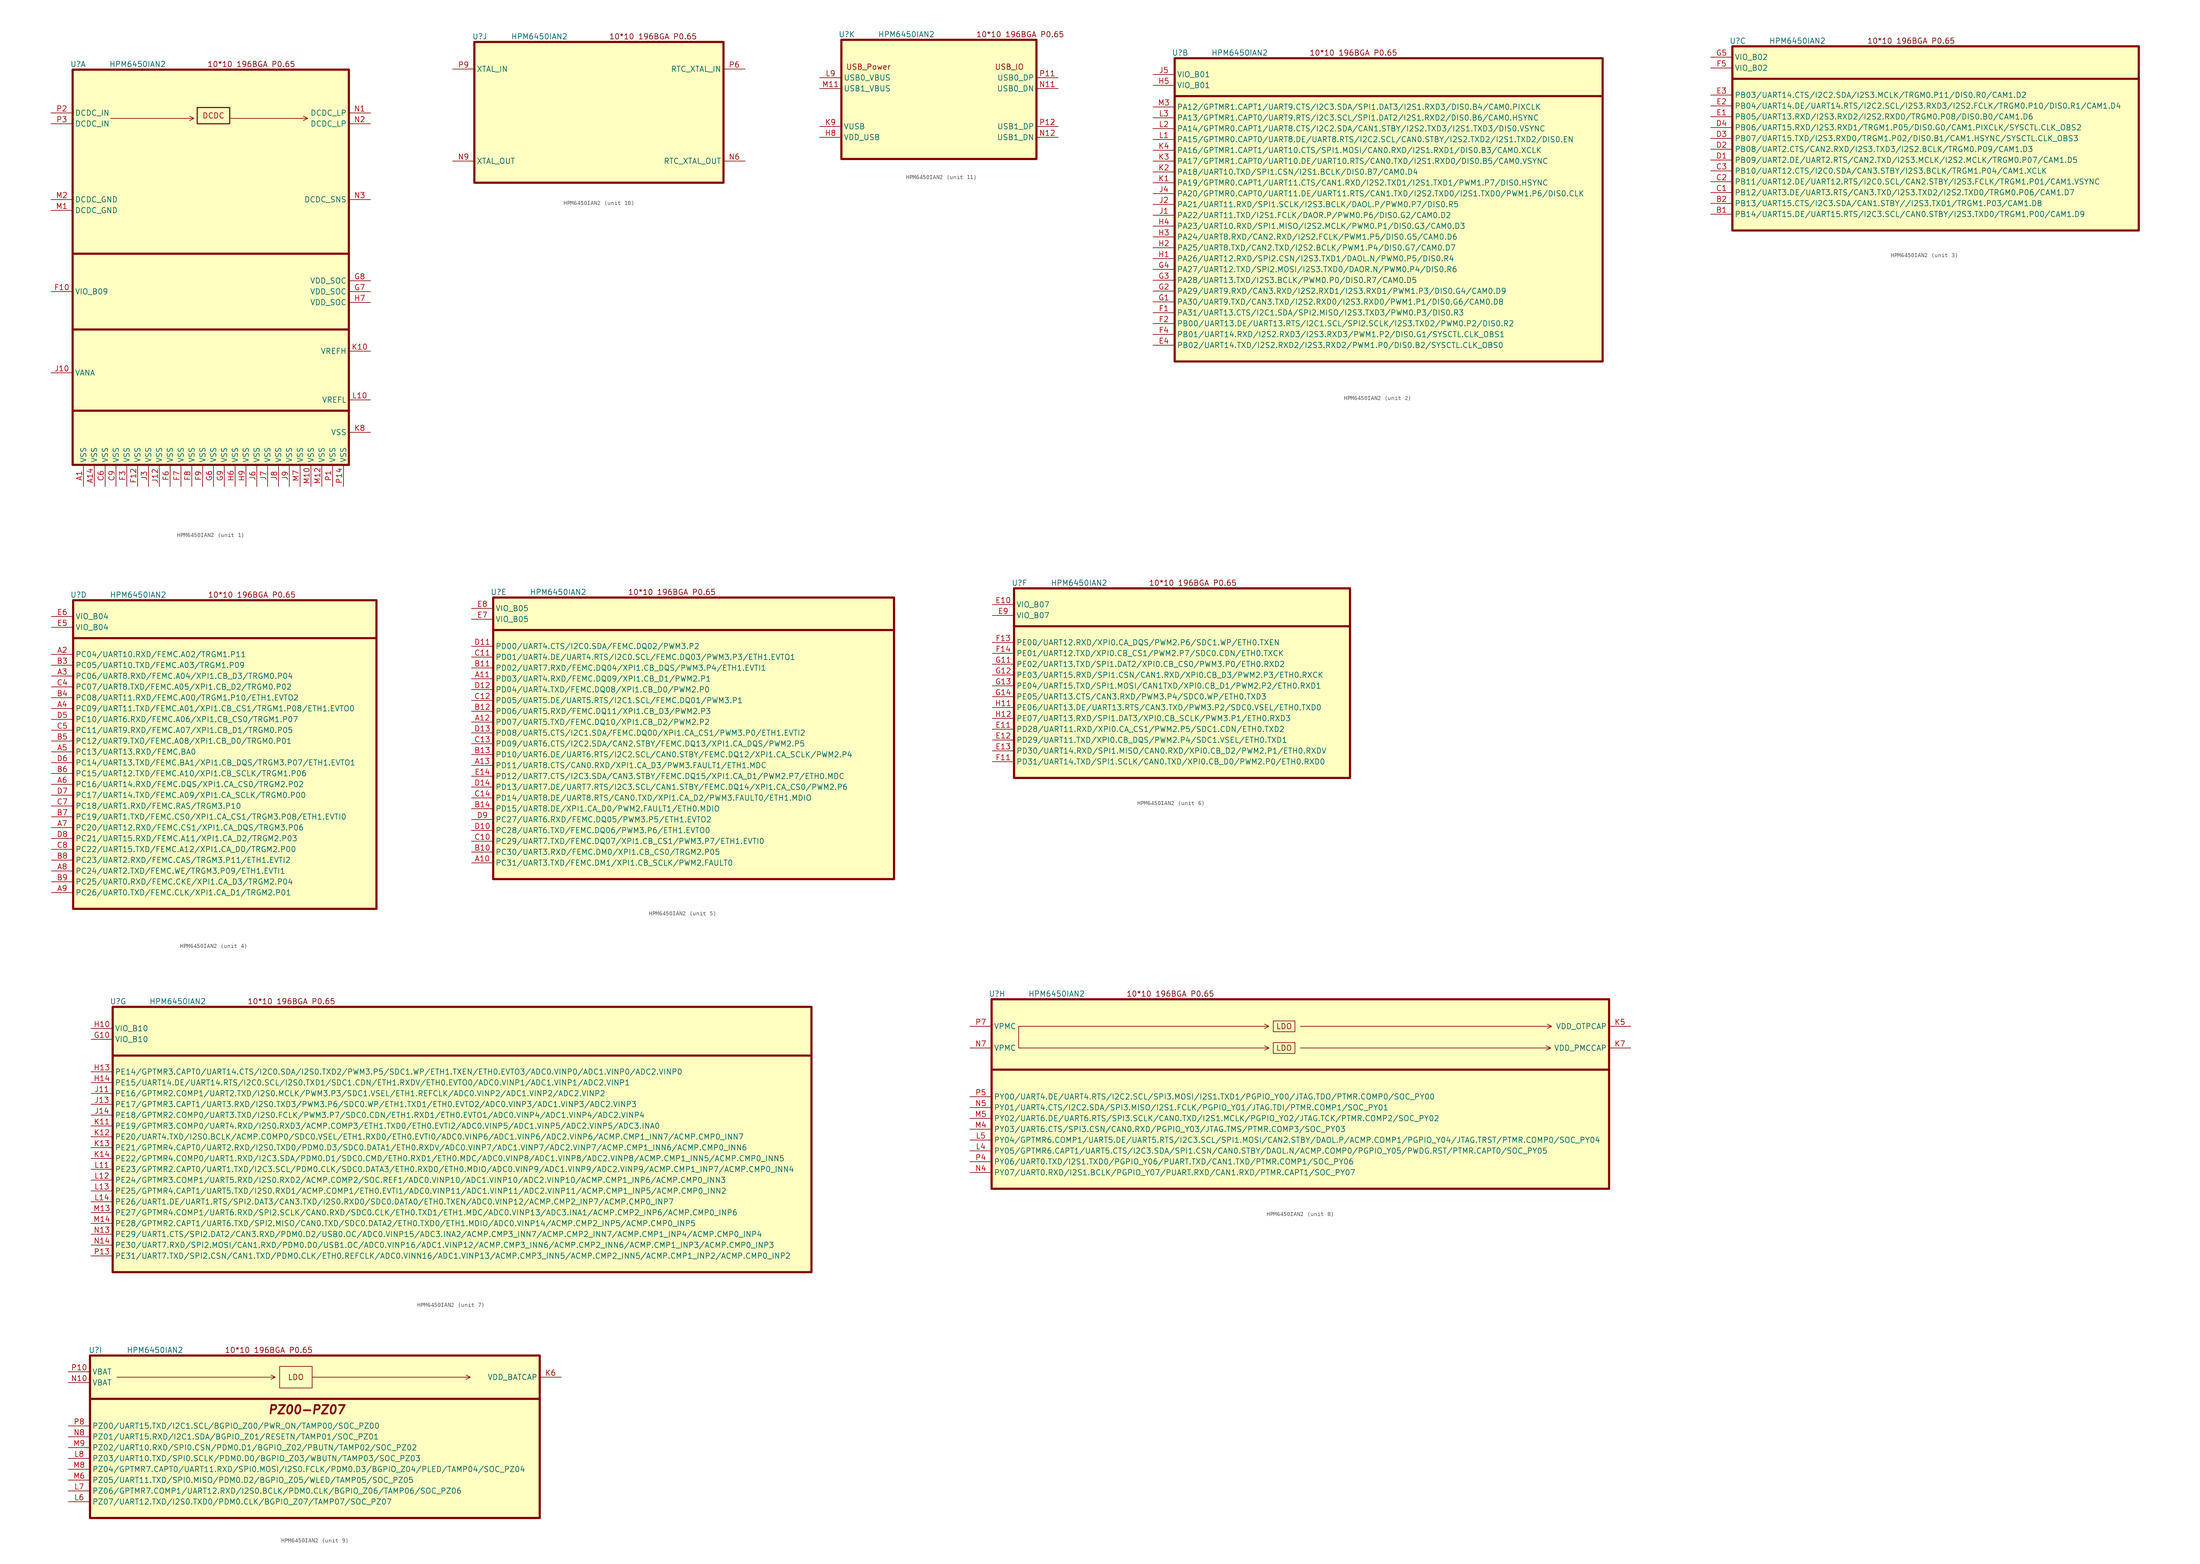
<source format=kicad_sym>
(kicad_symbol_lib
  (version 20220914)
  (generator kicad_symbol_editor)
  (symbol "HPM6450IAN2"
    (property "Reference" "U"
      (at 1.27 1.27 0)
      (effects (font (size 1.27 1.27))))
    (property "Value" "HPM6450IAN2"
      (at 15.24 1.27 0)
      (effects (font (size 1.27 1.27))))
    (property "ki_locked" ""
      (at 0 0 0)
      (effects (font (size 1.27 1.27))))
    (symbol "HPM6450IAN2_0_0"
      (text "10*10 196BGA P0.65" (at 41.91 1.27 0) (effects (font (size 1.27 1.27)))))
    (symbol "HPM6450IAN2_1_0"
      (polyline (pts (xy 8.89 -11.43) (xy 28.448 -11.43) (xy 27.432 -10.922) (xy 28.448 -11.43) (xy 27.432 -11.938)) (stroke (width 0) (type default)) (fill (type none)))
      (polyline (pts (xy 36.83 -11.43) (xy 55.118 -11.43) (xy 54.102 -10.922) (xy 55.118 -11.43) (xy 54.102 -11.938)) (stroke (width 0) (type default)) (fill (type none)))
      (text "DCDC" (at 33.02 -10.795 0) (effects (font (size 1.27 1.27)))))
    (symbol "HPM6450IAN2_1_1"
      (polyline (pts (xy 0 -80.01) (xy 64.77 -80.01)) (stroke (width 0.508) (type default)) (fill (type none)))
      (polyline (pts (xy 0 -60.96) (xy 64.77 -60.96)) (stroke (width 0.508) (type default)) (fill (type none)))
      (polyline (pts (xy 0 -43.18) (xy 64.77 -43.18)) (stroke (width 0.508) (type default)) (fill (type none)))
      (rectangle (start 0 0) (end 64.77 -92.71) (stroke (width 0.508) (type default)) (fill (type background)))
      (rectangle (start 29.21 -8.89) (end 36.83 -12.7) (stroke (width 0.254) (type default)) (fill (type background)))
      (pin power_out line (at 2.54 -97.79 90) (length 5.08) (name "VSS" (effects (font (size 1.27 1.27)))) (number "A1" (effects (font (size 1.27 1.27)))))
      (pin power_out line (at 5.08 -97.79 90) (length 5.08) (name "VSS" (effects (font (size 1.27 1.27)))) (number "A14" (effects (font (size 1.27 1.27)))))
      (pin power_out line (at 7.62 -97.79 90) (length 5.08) (name "VSS" (effects (font (size 1.27 1.27)))) (number "C6" (effects (font (size 1.27 1.27)))))
      (pin power_out line (at 10.16 -97.79 90) (length 5.08) (name "VSS" (effects (font (size 1.27 1.27)))) (number "C9" (effects (font (size 1.27 1.27)))))
      (pin power_in line (at -5.08 -52.07 0) (length 5.08) (name "VIO_B09" (effects (font (size 1.27 1.27)))) (number "F10" (effects (font (size 1.27 1.27)))))
      (pin power_out line (at 15.24 -97.79 90) (length 5.08) (name "VSS" (effects (font (size 1.27 1.27)))) (number "F12" (effects (font (size 1.27 1.27)))))
      (pin power_out line (at 12.7 -97.79 90) (length 5.08) (name "VSS" (effects (font (size 1.27 1.27)))) (number "F3" (effects (font (size 1.27 1.27)))))
      (pin power_out line (at 22.86 -97.79 90) (length 5.08) (name "VSS" (effects (font (size 1.27 1.27)))) (number "F6" (effects (font (size 1.27 1.27)))))
      (pin power_out line (at 25.4 -97.79 90) (length 5.08) (name "VSS" (effects (font (size 1.27 1.27)))) (number "F7" (effects (font (size 1.27 1.27)))))
      (pin power_out line (at 27.94 -97.79 90) (length 5.08) (name "VSS" (effects (font (size 1.27 1.27)))) (number "F8" (effects (font (size 1.27 1.27)))))
      (pin power_out line (at 30.48 -97.79 90) (length 5.08) (name "VSS" (effects (font (size 1.27 1.27)))) (number "F9" (effects (font (size 1.27 1.27)))))
      (pin power_out line (at 33.02 -97.79 90) (length 5.08) (name "VSS" (effects (font (size 1.27 1.27)))) (number "G6" (effects (font (size 1.27 1.27)))))
      (pin power_in line (at 69.85 -52.07 180) (length 5.08) (name "VDD_SOC" (effects (font (size 1.27 1.27)))) (number "G7" (effects (font (size 1.27 1.27)))))
      (pin power_in line (at 69.85 -49.53 180) (length 5.08) (name "VDD_SOC" (effects (font (size 1.27 1.27)))) (number "G8" (effects (font (size 1.27 1.27)))))
      (pin power_out line (at 35.56 -97.79 90) (length 5.08) (name "VSS" (effects (font (size 1.27 1.27)))) (number "G9" (effects (font (size 1.27 1.27)))))
      (pin power_out line (at 38.1 -97.79 90) (length 5.08) (name "VSS" (effects (font (size 1.27 1.27)))) (number "H6" (effects (font (size 1.27 1.27)))))
      (pin power_in line (at 69.85 -54.61 180) (length 5.08) (name "VDD_SOC" (effects (font (size 1.27 1.27)))) (number "H7" (effects (font (size 1.27 1.27)))))
      (pin power_out line (at 40.64 -97.79 90) (length 5.08) (name "VSS" (effects (font (size 1.27 1.27)))) (number "H9" (effects (font (size 1.27 1.27)))))
      (pin power_in line (at -5.08 -71.12 0) (length 5.08) (name "VANA" (effects (font (size 1.27 1.27)))) (number "J10" (effects (font (size 1.27 1.27)))))
      (pin power_out line (at 20.32 -97.79 90) (length 5.08) (name "VSS" (effects (font (size 1.27 1.27)))) (number "J12" (effects (font (size 1.27 1.27)))))
      (pin power_out line (at 17.78 -97.79 90) (length 5.08) (name "VSS" (effects (font (size 1.27 1.27)))) (number "J3" (effects (font (size 1.27 1.27)))))
      (pin power_out line (at 43.18 -97.79 90) (length 5.08) (name "VSS" (effects (font (size 1.27 1.27)))) (number "J6" (effects (font (size 1.27 1.27)))))
      (pin power_out line (at 45.72 -97.79 90) (length 5.08) (name "VSS" (effects (font (size 1.27 1.27)))) (number "J7" (effects (font (size 1.27 1.27)))))
      (pin power_out line (at 48.26 -97.79 90) (length 5.08) (name "VSS" (effects (font (size 1.27 1.27)))) (number "J8" (effects (font (size 1.27 1.27)))))
      (pin power_out line (at 50.8 -97.79 90) (length 5.08) (name "VSS" (effects (font (size 1.27 1.27)))) (number "J9" (effects (font (size 1.27 1.27)))))
      (pin power_in line (at 69.85 -66.04 180) (length 5.08) (name "VREFH" (effects (font (size 1.27 1.27)))) (number "K10" (effects (font (size 1.27 1.27)))))
      (pin power_out line (at 69.85 -85.09 180) (length 5.08) (name "VSS" (effects (font (size 1.27 1.27)))) (number "K8" (effects (font (size 1.27 1.27)))))
      (pin power_out line (at 69.85 -77.47 180) (length 5.08) (name "VREFL" (effects (font (size 1.27 1.27)))) (number "L10" (effects (font (size 1.27 1.27)))))
      (pin power_out line (at -5.08 -33.02 0) (length 5.08) (name "DCDC_GND" (effects (font (size 1.27 1.27)))) (number "M1" (effects (font (size 1.27 1.27)))))
      (pin power_out line (at 55.88 -97.79 90) (length 5.08) (name "VSS" (effects (font (size 1.27 1.27)))) (number "M10" (effects (font (size 1.27 1.27)))))
      (pin power_out line (at 58.42 -97.79 90) (length 5.08) (name "VSS" (effects (font (size 1.27 1.27)))) (number "M12" (effects (font (size 1.27 1.27)))))
      (pin power_out line (at -5.08 -30.48 0) (length 5.08) (name "DCDC_GND" (effects (font (size 1.27 1.27)))) (number "M2" (effects (font (size 1.27 1.27)))))
      (pin power_out line (at 53.34 -97.79 90) (length 5.08) (name "VSS" (effects (font (size 1.27 1.27)))) (number "M7" (effects (font (size 1.27 1.27)))))
      (pin power_out line (at 69.85 -10.16 180) (length 5.08) (name "DCDC_LP" (effects (font (size 1.27 1.27)))) (number "N1" (effects (font (size 1.27 1.27)))))
      (pin power_out line (at 69.85 -12.7 180) (length 5.08) (name "DCDC_LP" (effects (font (size 1.27 1.27)))) (number "N2" (effects (font (size 1.27 1.27)))))
      (pin input line (at 69.85 -30.48 180) (length 5.08) (name "DCDC_SNS" (effects (font (size 1.27 1.27)))) (number "N3" (effects (font (size 1.27 1.27)))))
      (pin power_out line (at 60.96 -97.79 90) (length 5.08) (name "VSS" (effects (font (size 1.27 1.27)))) (number "P1" (effects (font (size 1.27 1.27)))))
      (pin power_out line (at 63.5 -97.79 90) (length 5.08) (name "VSS" (effects (font (size 1.27 1.27)))) (number "P14" (effects (font (size 1.27 1.27)))))
      (pin power_in line (at -5.08 -10.16 0) (length 5.08) (name "DCDC_IN" (effects (font (size 1.27 1.27)))) (number "P2" (effects (font (size 1.27 1.27)))))
      (pin power_in line (at -5.08 -12.7 0) (length 5.08) (name "DCDC_IN" (effects (font (size 1.27 1.27)))) (number "P3" (effects (font (size 1.27 1.27))))))
    (symbol "HPM6450IAN2_2_0"
      (polyline (pts (xy 0 -8.89) (xy 100.33 -8.89)) (stroke (width 0.5) (type default)) (fill (type none)))
      (rectangle (start 0 0) (end 100.33 -71.12) (stroke (width 0.5) (type default)) (fill (type background))))
    (symbol "HPM6450IAN2_2_1"
      (pin bidirectional line (at -5.08 -67.31 0) (length 5.08) (name "PB02/UART14.TXD/I2S2.RXD2/I2S3.RXD2/PWM1.P0/DIS0.B2/SYSCTL.CLK_OBS0" (effects (font (size 1.27 1.27)))) (number "E4" (effects (font (size 1.27 1.27)))))
      (pin bidirectional line (at -5.08 -59.69 0) (length 5.08) (name "PA31/UART13.CTS/I2C1.SDA/SPI2.MISO/I2S3.TXD3/PWM0.P3/DIS0.R3" (effects (font (size 1.27 1.27)))) (number "F1" (effects (font (size 1.27 1.27)))))
      (pin bidirectional line (at -5.08 -62.23 0) (length 5.08) (name "PB00/UART13.DE/UART13.RTS/I2C1.SCL/SPI2.SCLK/I2S3.TXD2/PWM0.P2/DIS0.R2" (effects (font (size 1.27 1.27)))) (number "F2" (effects (font (size 1.27 1.27)))))
      (pin bidirectional line (at -5.08 -64.77 0) (length 5.08) (name "PB01/UART14.RXD/I2S2.RXD3/I2S3.RXD3/PWM1.P2/DIS0.G1/SYSCTL.CLK_OBS1" (effects (font (size 1.27 1.27)))) (number "F4" (effects (font (size 1.27 1.27)))))
      (pin bidirectional line (at -5.08 -57.15 0) (length 5.08) (name "PA30/UART9.TXD/CAN3.TXD/I2S2.RXD0/I2S3.RXD0/PWM1.P1/DIS0.G6/CAM0.D8" (effects (font (size 1.27 1.27)))) (number "G1" (effects (font (size 1.27 1.27)))))
      (pin bidirectional line (at -5.08 -54.61 0) (length 5.08) (name "PA29/UART9.RXD/CAN3.RXD/I2S2.RXD1/I2S3.RXD1/PWM1.P3/DIS0.G4/CAM0.D9" (effects (font (size 1.27 1.27)))) (number "G2" (effects (font (size 1.27 1.27)))))
      (pin bidirectional line (at -5.08 -52.07 0) (length 5.08) (name "PA28/UART13.TXD/I2S3.BCLK/PWM0.P0/DIS0.R7/CAM0.D5" (effects (font (size 1.27 1.27)))) (number "G3" (effects (font (size 1.27 1.27)))))
      (pin bidirectional line (at -5.08 -49.53 0) (length 5.08) (name "PA27/UART12.TXD/SPI2.MOSI/I2S3.TXD0/DAOR.N/PWM0.P4/DIS0.R6" (effects (font (size 1.27 1.27)))) (number "G4" (effects (font (size 1.27 1.27)))))
      (pin bidirectional line (at -5.08 -46.99 0) (length 5.08) (name "PA26/UART12.RXD/SPI2.CSN/I2S3.TXD1/DAOL.N/PWM0.P5/DIS0.R4" (effects (font (size 1.27 1.27)))) (number "H1" (effects (font (size 1.27 1.27)))))
      (pin bidirectional line (at -5.08 -44.45 0) (length 5.08) (name "PA25/UART8.TXD/CAN2.TXD/I2S2.BCLK/PWM1.P4/DIS0.G7/CAM0.D7" (effects (font (size 1.27 1.27)))) (number "H2" (effects (font (size 1.27 1.27)))))
      (pin bidirectional line (at -5.08 -41.91 0) (length 5.08) (name "PA24/UART8.RXD/CAN2.RXD/I2S2.FCLK/PWM1.P5/DIS0.G5/CAM0.D6" (effects (font (size 1.27 1.27)))) (number "H3" (effects (font (size 1.27 1.27)))))
      (pin bidirectional line (at -5.08 -39.37 0) (length 5.08) (name "PA23/UART10.RXD/SPI1.MISO/I2S2.MCLK/PWM0.P1/DIS0.G3/CAM0.D3" (effects (font (size 1.27 1.27)))) (number "H4" (effects (font (size 1.27 1.27)))))
      (pin power_in line (at -5.08 -6.35 0) (length 5.08) (name "VIO_B01" (effects (font (size 1.27 1.27)))) (number "H5" (effects (font (size 1.27 1.27)))))
      (pin bidirectional line (at -5.08 -36.83 0) (length 5.08) (name "PA22/UART11.TXD/I2S1.FCLK/DAOR.P/PWM0.P6/DIS0.G2/CAM0.D2" (effects (font (size 1.27 1.27)))) (number "J1" (effects (font (size 1.27 1.27)))))
      (pin bidirectional line (at -5.08 -34.29 0) (length 5.08) (name "PA21/UART11.RXD/SPI1.SCLK/I2S3.BCLK/DAOL.P/PWM0.P7/DIS0.R5" (effects (font (size 1.27 1.27)))) (number "J2" (effects (font (size 1.27 1.27)))))
      (pin bidirectional line (at -5.08 -31.75 0) (length 5.08) (name "PA20/GPTMR0.CAPT0/UART11.DE/UART11.RTS/CAN1.TXD/I2S2.TXD0/I2S1.TXD0/PWM1.P6/DIS0.CLK" (effects (font (size 1.27 1.27)))) (number "J4" (effects (font (size 1.27 1.27)))))
      (pin power_in line (at -5.08 -3.81 0) (length 5.08) (name "VIO_B01" (effects (font (size 1.27 1.27)))) (number "J5" (effects (font (size 1.27 1.27)))))
      (pin bidirectional line (at -5.08 -29.21 0) (length 5.08) (name "PA19/GPTMR0.CAPT1/UART11.CTS/CAN1.RXD/I2S2.TXD1/I2S1.TXD1/PWM1.P7/DIS0.HSYNC" (effects (font (size 1.27 1.27)))) (number "K1" (effects (font (size 1.27 1.27)))))
      (pin bidirectional line (at -5.08 -26.67 0) (length 5.08) (name "PA18/UART10.TXD/SPI1.CSN/I2S1.BCLK/DIS0.B7/CAM0.D4" (effects (font (size 1.27 1.27)))) (number "K2" (effects (font (size 1.27 1.27)))))
      (pin bidirectional line (at -5.08 -24.13 0) (length 5.08) (name "PA17/GPTMR1.CAPT0/UART10.DE/UART10.RTS/CAN0.TXD/I2S1.RXD0/DIS0.B5/CAM0.VSYNC" (effects (font (size 1.27 1.27)))) (number "K3" (effects (font (size 1.27 1.27)))))
      (pin bidirectional line (at -5.08 -21.59 0) (length 5.08) (name "PA16/GPTMR1.CAPT1/UART10.CTS/SPI1.MOSI/CAN0.RXD/I2S1.RXD1/DIS0.B3/CAM0.XCLK" (effects (font (size 1.27 1.27)))) (number "K4" (effects (font (size 1.27 1.27)))))
      (pin bidirectional line (at -5.08 -19.05 0) (length 5.08) (name "PA15/GPTMR0.CAPT0/UART8.DE/UART8.RTS/I2C2.SCL/CAN0.STBY/I2S2.TXD2/I2S1.TXD2/DIS0.EN" (effects (font (size 1.27 1.27)))) (number "L1" (effects (font (size 1.27 1.27)))))
      (pin bidirectional line (at -5.08 -16.51 0) (length 5.08) (name "PA14/GPTMR0.CAPT1/UART8.CTS/I2C2.SDA/CAN1.STBY/I2S2.TXD3/I2S1.TXD3/DIS0.VSYNC" (effects (font (size 1.27 1.27)))) (number "L2" (effects (font (size 1.27 1.27)))))
      (pin bidirectional line (at -5.08 -13.97 0) (length 5.08) (name "PA13/GPTMR1.CAPT0/UART9.RTS/I2C3.SCL/SPI1.DAT2/I2S1.RXD2/DIS0.B6/CAM0.HSYNC" (effects (font (size 1.27 1.27)))) (number "L3" (effects (font (size 1.27 1.27)))))
      (pin bidirectional line (at -5.08 -11.43 0) (length 5.08) (name "PA12/GPTMR1.CAPT1/UART9.CTS/I2C3.SDA/SPI1.DAT3/I2S1.RXD3/DIS0.B4/CAM0.PIXCLK" (effects (font (size 1.27 1.27)))) (number "M3" (effects (font (size 1.27 1.27))))))
    (symbol "HPM6450IAN2_3_0"
      (polyline (pts (xy 0 -7.62) (xy 95.25 -7.62)) (stroke (width 0.5) (type default)) (fill (type none)))
      (rectangle (start 0 0) (end 95.25 -43.18) (stroke (width 0.508) (type default)) (fill (type background))))
    (symbol "HPM6450IAN2_3_1"
      (pin bidirectional line (at -5.08 -39.37 0) (length 5.08) (name "PB14/UART15.DE/UART15.RTS/I2C3.SCL/CAN0.STBY/I2S3.TXD0/TRGM1.P00/CAM1.D9" (effects (font (size 1.27 1.27)))) (number "B1" (effects (font (size 1.27 1.27)))))
      (pin bidirectional line (at -5.08 -36.83 0) (length 5.08) (name "PB13/UART15.CTS/I2C3.SDA/CAN1.STBY//I2S3.TXD1/TRGM1.P03/CAM1.D8" (effects (font (size 1.27 1.27)))) (number "B2" (effects (font (size 1.27 1.27)))))
      (pin bidirectional line (at -5.08 -34.29 0) (length 5.08) (name "PB12/UART3.DE/UART3.RTS/CAN3.TXD/I2S3.TXD2/I2S2.TXD0/TRGM0.P06/CAM1.D7" (effects (font (size 1.27 1.27)))) (number "C1" (effects (font (size 1.27 1.27)))))
      (pin bidirectional line (at -5.08 -31.75 0) (length 5.08) (name "PB11/UART12.DE/UART12.RTS/I2C0.SCL/CAN2.STBY/I2S3.FCLK/TRGM1.P01/CAM1.VSYNC" (effects (font (size 1.27 1.27)))) (number "C2" (effects (font (size 1.27 1.27)))))
      (pin bidirectional line (at -5.08 -29.21 0) (length 5.08) (name "PB10/UART12.CTS/I2C0.SDA/CAN3.STBY/I2S3.BCLK/TRGM1.P04/CAM1.XCLK" (effects (font (size 1.27 1.27)))) (number "C3" (effects (font (size 1.27 1.27)))))
      (pin bidirectional line (at -5.08 -26.67 0) (length 5.08) (name "PB09/UART2.DE/UART2.RTS/CAN2.TXD/I2S3.MCLK/I2S2.MCLK/TRGM0.P07/CAM1.D5" (effects (font (size 1.27 1.27)))) (number "D1" (effects (font (size 1.27 1.27)))))
      (pin bidirectional line (at -5.08 -24.13 0) (length 5.08) (name "PB08/UART2.CTS/CAN2.RXD/I2S3.TXD3/I2S2.BCLK/TRGM0.P09/CAM1.D3" (effects (font (size 1.27 1.27)))) (number "D2" (effects (font (size 1.27 1.27)))))
      (pin bidirectional line (at -5.08 -21.59 0) (length 5.08) (name "PB07/UART15.TXD/I2S3.RXD0/TRGM1.P02/DIS0.B1/CAM1.HSYNC/SYSCTL.CLK_OBS3" (effects (font (size 1.27 1.27)))) (number "D3" (effects (font (size 1.27 1.27)))))
      (pin bidirectional line (at -5.08 -19.05 0) (length 5.08) (name "PB06/UART15.RXD/I2S3.RXD1/TRGM1.P05/DIS0.G0/CAM1.PIXCLK/SYSCTL.CLK_OBS2" (effects (font (size 1.27 1.27)))) (number "D4" (effects (font (size 1.27 1.27)))))
      (pin bidirectional line (at -5.08 -16.51 0) (length 5.08) (name "PB05/UART13.RXD/I2S3.RXD2/I2S2.RXD0/TRGM0.P08/DIS0.B0/CAM1.D6" (effects (font (size 1.27 1.27)))) (number "E1" (effects (font (size 1.27 1.27)))))
      (pin bidirectional line (at -5.08 -13.97 0) (length 5.08) (name "PB04/UART14.DE/UART14.RTS/I2C2.SCL/I2S3.RXD3/I2S2.FCLK/TRGM0.P10/DIS0.R1/CAM1.D4" (effects (font (size 1.27 1.27)))) (number "E2" (effects (font (size 1.27 1.27)))))
      (pin bidirectional line (at -5.08 -11.43 0) (length 5.08) (name "PB03/UART14.CTS/I2C2.SDA/I2S3.MCLK/TRGM0.P11/DIS0.R0/CAM1.D2" (effects (font (size 1.27 1.27)))) (number "E3" (effects (font (size 1.27 1.27)))))
      (pin power_in line (at -5.08 -5.08 0) (length 5.08) (name "VIO_B02" (effects (font (size 1.27 1.27)))) (number "F5" (effects (font (size 1.27 1.27)))))
      (pin power_in line (at -5.08 -2.54 0) (length 5.08) (name "VIO_B02" (effects (font (size 1.27 1.27)))) (number "G5" (effects (font (size 1.27 1.27))))))
    (symbol "HPM6450IAN2_4_0"
      (polyline (pts (xy 0 -8.89) (xy 71.12 -8.89)) (stroke (width 0.5) (type default)) (fill (type none)))
      (rectangle (start 0 0) (end 71.12 -72.39) (stroke (width 0.508) (type default)) (fill (type background))))
    (symbol "HPM6450IAN2_4_1"
      (pin bidirectional line (at -5.08 -12.7 0) (length 5.08) (name "PC04/UART10.RXD/FEMC.A02/TRGM1.P11" (effects (font (size 1.27 1.27)))) (number "A2" (effects (font (size 1.27 1.27)))))
      (pin bidirectional line (at -5.08 -17.78 0) (length 5.08) (name "PC06/UART8.RXD/FEMC.A04/XPI1.CB_D3/TRGM0.P04" (effects (font (size 1.27 1.27)))) (number "A3" (effects (font (size 1.27 1.27)))))
      (pin bidirectional line (at -5.08 -25.4 0) (length 5.08) (name "PC09/UART11.TXD/FEMC.A01/XPI1.CB_CS1/TRGM1.P08/ETH1.EVTO0" (effects (font (size 1.27 1.27)))) (number "A4" (effects (font (size 1.27 1.27)))))
      (pin bidirectional line (at -5.08 -35.56 0) (length 5.08) (name "PC13/UART13.RXD/FEMC.BA0" (effects (font (size 1.27 1.27)))) (number "A5" (effects (font (size 1.27 1.27)))))
      (pin bidirectional line (at -5.08 -43.18 0) (length 5.08) (name "PC16/UART14.RXD/FEMC.DQS/XPI1.CA_CS0/TRGM2.P02" (effects (font (size 1.27 1.27)))) (number "A6" (effects (font (size 1.27 1.27)))))
      (pin bidirectional line (at -5.08 -53.34 0) (length 5.08) (name "PC20/UART12.RXD/FEMC.CS1/XPI1.CA_DQS/TRGM3.P06" (effects (font (size 1.27 1.27)))) (number "A7" (effects (font (size 1.27 1.27)))))
      (pin bidirectional line (at -5.08 -63.5 0) (length 5.08) (name "PC24/UART2.TXD/FEMC.WE/TRGM3.P09/ETH1.EVTI1" (effects (font (size 1.27 1.27)))) (number "A8" (effects (font (size 1.27 1.27)))))
      (pin bidirectional line (at -5.08 -68.58 0) (length 5.08) (name "PC26/UART0.TXD/FEMC.CLK/XPI1.CA_D1/TRGM2.P01" (effects (font (size 1.27 1.27)))) (number "A9" (effects (font (size 1.27 1.27)))))
      (pin bidirectional line (at -5.08 -15.24 0) (length 5.08) (name "PC05/UART10.TXD/FEMC.A03/TRGM1.P09" (effects (font (size 1.27 1.27)))) (number "B3" (effects (font (size 1.27 1.27)))))
      (pin bidirectional line (at -5.08 -22.86 0) (length 5.08) (name "PC08/UART11.RXD/FEMC.A00/TRGM1.P10/ETH1.EVTO2" (effects (font (size 1.27 1.27)))) (number "B4" (effects (font (size 1.27 1.27)))))
      (pin bidirectional line (at -5.08 -33.02 0) (length 5.08) (name "PC12/UART9.TXD/FEMC.A08/XPI1.CB_D0/TRGM0.P01" (effects (font (size 1.27 1.27)))) (number "B5" (effects (font (size 1.27 1.27)))))
      (pin bidirectional line (at -5.08 -40.64 0) (length 5.08) (name "PC15/UART12.TXD/FEMC.A10/XPI1.CB_SCLK/TRGM1.P06" (effects (font (size 1.27 1.27)))) (number "B6" (effects (font (size 1.27 1.27)))))
      (pin bidirectional line (at -5.08 -50.8 0) (length 5.08) (name "PC19/UART1.TXD/FEMC.CS0/XPI1.CA_CS1/TRGM3.P08/ETH1.EVTI0" (effects (font (size 1.27 1.27)))) (number "B7" (effects (font (size 1.27 1.27)))))
      (pin bidirectional line (at -5.08 -60.96 0) (length 5.08) (name "PC23/UART2.RXD/FEMC.CAS/TRGM3.P11/ETH1.EVTI2" (effects (font (size 1.27 1.27)))) (number "B8" (effects (font (size 1.27 1.27)))))
      (pin bidirectional line (at -5.08 -66.04 0) (length 5.08) (name "PC25/UART0.RXD/FEMC.CKE/XPI1.CA_D3/TRGM2.P04" (effects (font (size 1.27 1.27)))) (number "B9" (effects (font (size 1.27 1.27)))))
      (pin bidirectional line (at -5.08 -20.32 0) (length 5.08) (name "PC07/UART8.TXD/FEMC.A05/XPI1.CB_D2/TRGM0.P02" (effects (font (size 1.27 1.27)))) (number "C4" (effects (font (size 1.27 1.27)))))
      (pin bidirectional line (at -5.08 -30.48 0) (length 5.08) (name "PC11/UART9.RXD/FEMC.A07/XPI1.CB_D1/TRGM0.P05" (effects (font (size 1.27 1.27)))) (number "C5" (effects (font (size 1.27 1.27)))))
      (pin bidirectional line (at -5.08 -48.26 0) (length 5.08) (name "PC18/UART1.RXD/FEMC.RAS/TRGM3.P10" (effects (font (size 1.27 1.27)))) (number "C7" (effects (font (size 1.27 1.27)))))
      (pin bidirectional line (at -5.08 -58.42 0) (length 5.08) (name "PC22/UART15.TXD/FEMC.A12/XPI1.CA_D0/TRGM2.P00" (effects (font (size 1.27 1.27)))) (number "C8" (effects (font (size 1.27 1.27)))))
      (pin bidirectional line (at -5.08 -27.94 0) (length 5.08) (name "PC10/UART6.RXD/FEMC.A06/XPI1.CB_CS0/TRGM1.P07" (effects (font (size 1.27 1.27)))) (number "D5" (effects (font (size 1.27 1.27)))))
      (pin bidirectional line (at -5.08 -38.1 0) (length 5.08) (name "PC14/UART13.TXD/FEMC.BA1/XPI1.CB_DQS/TRGM3.P07/ETH1.EVTO1" (effects (font (size 1.27 1.27)))) (number "D6" (effects (font (size 1.27 1.27)))))
      (pin bidirectional line (at -5.08 -45.72 0) (length 5.08) (name "PC17/UART14.TXD/FEMC.A09/XPI1.CA_SCLK/TRGM0.P00" (effects (font (size 1.27 1.27)))) (number "D7" (effects (font (size 1.27 1.27)))))
      (pin bidirectional line (at -5.08 -55.88 0) (length 5.08) (name "PC21/UART15.RXD/FEMC.A11/XPI1.CA_D2/TRGM2.P03" (effects (font (size 1.27 1.27)))) (number "D8" (effects (font (size 1.27 1.27)))))
      (pin power_in line (at -5.08 -6.35 0) (length 5.08) (name "VIO_B04" (effects (font (size 1.27 1.27)))) (number "E5" (effects (font (size 1.27 1.27)))))
      (pin power_in line (at -5.08 -3.81 0) (length 5.08) (name "VIO_B04" (effects (font (size 1.27 1.27)))) (number "E6" (effects (font (size 1.27 1.27))))))
    (symbol "HPM6450IAN2_5_0"
      (polyline (pts (xy 0 -7.62) (xy 93.98 -7.62)) (stroke (width 0.5) (type default)) (fill (type none)))
      (rectangle (start 0 0) (end 93.98 -66.04) (stroke (width 0.508) (type default)) (fill (type background))))
    (symbol "HPM6450IAN2_5_1"
      (pin bidirectional line (at -5.08 -62.23 0) (length 5.08) (name "PC31/UART3.TXD/FEMC.DM1/XPI1.CB_SCLK/PWM2.FAULT0" (effects (font (size 1.27 1.27)))) (number "A10" (effects (font (size 1.27 1.27)))))
      (pin bidirectional line (at -5.08 -19.05 0) (length 5.08) (name "PD03/UART4.RXD/FEMC.DQ09/XPI1.CB_D1/PWM2.P1" (effects (font (size 1.27 1.27)))) (number "A11" (effects (font (size 1.27 1.27)))))
      (pin bidirectional line (at -5.08 -29.21 0) (length 5.08) (name "PD07/UART5.TXD/FEMC.DQ10/XPI1.CB_D2/PWM2.P2" (effects (font (size 1.27 1.27)))) (number "A12" (effects (font (size 1.27 1.27)))))
      (pin bidirectional line (at -5.08 -39.37 0) (length 5.08) (name "PD11/UART8.CTS/CAN0.RXD/XPI1.CA_D3/PWM3.FAULT1/ETH1.MDC" (effects (font (size 1.27 1.27)))) (number "A13" (effects (font (size 1.27 1.27)))))
      (pin bidirectional line (at -5.08 -59.69 0) (length 5.08) (name "PC30/UART3.RXD/FEMC.DM0/XPI1.CB_CS0/TRGM2.P05" (effects (font (size 1.27 1.27)))) (number "B10" (effects (font (size 1.27 1.27)))))
      (pin bidirectional line (at -5.08 -16.51 0) (length 5.08) (name "PD02/UART7.RXD/FEMC.DQ04/XPI1.CB_DQS/PWM3.P4/ETH1.EVTI1" (effects (font (size 1.27 1.27)))) (number "B11" (effects (font (size 1.27 1.27)))))
      (pin bidirectional line (at -5.08 -26.67 0) (length 5.08) (name "PD06/UART5.RXD/FEMC.DQ11/XPI1.CB_D3/PWM2.P3" (effects (font (size 1.27 1.27)))) (number "B12" (effects (font (size 1.27 1.27)))))
      (pin bidirectional line (at -5.08 -36.83 0) (length 5.08) (name "PD10/UART6.DE/UART6.RTS/I2C2.SCL/CAN0.STBY/FEMC.DQ12/XPI1.CA_SCLK/PWM2.P4" (effects (font (size 1.27 1.27)))) (number "B13" (effects (font (size 1.27 1.27)))))
      (pin bidirectional line (at -5.08 -49.53 0) (length 5.08) (name "PD15/UART8.DE/XPI1.CA_D0/PWM2.FAULT1/ETH0.MDIO" (effects (font (size 1.27 1.27)))) (number "B14" (effects (font (size 1.27 1.27)))))
      (pin bidirectional line (at -5.08 -57.15 0) (length 5.08) (name "PC29/UART7.TXD/FEMC.DQ07/XPI1.CB_CS1/PWM3.P7/ETH1.EVTI0" (effects (font (size 1.27 1.27)))) (number "C10" (effects (font (size 1.27 1.27)))))
      (pin bidirectional line (at -5.08 -13.97 0) (length 5.08) (name "PD01/UART4.DE/UART4.RTS/I2C0.SCL/FEMC.DQ03/PWM3.P3/ETH1.EVTO1" (effects (font (size 1.27 1.27)))) (number "C11" (effects (font (size 1.27 1.27)))))
      (pin bidirectional line (at -5.08 -24.13 0) (length 5.08) (name "PD05/UART5.DE/UART5.RTS/I2C1.SCL/FEMC.DQ01/PWM3.P1" (effects (font (size 1.27 1.27)))) (number "C12" (effects (font (size 1.27 1.27)))))
      (pin bidirectional line (at -5.08 -34.29 0) (length 5.08) (name "PD09/UART6.CTS/I2C2.SDA/CAN2.STBY/FEMC.DQ13/XPI1.CA_DQS/PWM2.P5" (effects (font (size 1.27 1.27)))) (number "C13" (effects (font (size 1.27 1.27)))))
      (pin bidirectional line (at -5.08 -46.99 0) (length 5.08) (name "PD14/UART8.DE/UART8.RTS/CAN0.TXD/XPI1.CA_D2/PWM3.FAULT0/ETH1.MDIO" (effects (font (size 1.27 1.27)))) (number "C14" (effects (font (size 1.27 1.27)))))
      (pin bidirectional line (at -5.08 -54.61 0) (length 5.08) (name "PC28/UART6.TXD/FEMC.DQ06/PWM3.P6/ETH1.EVTO0" (effects (font (size 1.27 1.27)))) (number "D10" (effects (font (size 1.27 1.27)))))
      (pin bidirectional line (at -5.08 -11.43 0) (length 5.08) (name "PD00/UART4.CTS/I2C0.SDA/FEMC.DQ02/PWM3.P2" (effects (font (size 1.27 1.27)))) (number "D11" (effects (font (size 1.27 1.27)))))
      (pin bidirectional line (at -5.08 -21.59 0) (length 5.08) (name "PD04/UART4.TXD/FEMC.DQ08/XPI1.CB_D0/PWM2.P0" (effects (font (size 1.27 1.27)))) (number "D12" (effects (font (size 1.27 1.27)))))
      (pin bidirectional line (at -5.08 -31.75 0) (length 5.08) (name "PD08/UART5.CTS/I2C1.SDA/FEMC.DQ00/XPI1.CA_CS1/PWM3.P0/ETH1.EVTI2" (effects (font (size 1.27 1.27)))) (number "D13" (effects (font (size 1.27 1.27)))))
      (pin bidirectional line (at -5.08 -44.45 0) (length 5.08) (name "PD13/UART7.DE/UART7.RTS/I2C3.SCL/CAN1.STBY/FEMC.DQ14/XPI1.CA_CS0/PWM2.P6" (effects (font (size 1.27 1.27)))) (number "D14" (effects (font (size 1.27 1.27)))))
      (pin bidirectional line (at -5.08 -52.07 0) (length 5.08) (name "PC27/UART6.RXD/FEMC.DQ05/PWM3.P5/ETH1.EVTO2" (effects (font (size 1.27 1.27)))) (number "D9" (effects (font (size 1.27 1.27)))))
      (pin bidirectional line (at -5.08 -41.91 0) (length 5.08) (name "PD12/UART7.CTS/I2C3.SDA/CAN3.STBY/FEMC.DQ15/XPI1.CA_D1/PWM2.P7/ETH0.MDC" (effects (font (size 1.27 1.27)))) (number "E14" (effects (font (size 1.27 1.27)))))
      (pin power_in line (at -5.08 -5.08 0) (length 5.08) (name "VIO_B05" (effects (font (size 1.27 1.27)))) (number "E7" (effects (font (size 1.27 1.27)))))
      (pin power_in line (at -5.08 -2.54 0) (length 5.08) (name "VIO_B05" (effects (font (size 1.27 1.27)))) (number "E8" (effects (font (size 1.27 1.27))))))
    (symbol "HPM6450IAN2_6_0"
      (polyline (pts (xy 0 -8.89) (xy 78.74 -8.89)) (stroke (width 0.5) (type default)) (fill (type none)))
      (rectangle (start 0 0) (end 78.74 -44.45) (stroke (width 0.508) (type default)) (fill (type background))))
    (symbol "HPM6450IAN2_6_1"
      (pin power_in line (at -5.08 -3.81 0) (length 5.08) (name "VIO_B07" (effects (font (size 1.27 1.27)))) (number "E10" (effects (font (size 1.27 1.27)))))
      (pin bidirectional line (at -5.08 -33.02 0) (length 5.08) (name "PD28/UART11.RXD/XPI0.CA_CS1/PWM2.P5/SDC1.CDN/ETH0.TXD2" (effects (font (size 1.27 1.27)))) (number "E11" (effects (font (size 1.27 1.27)))))
      (pin bidirectional line (at -5.08 -35.56 0) (length 5.08) (name "PD29/UART11.TXD/XPI0.CB_DQS/PWM2.P4/SDC1.VSEL/ETH0.TXD1" (effects (font (size 1.27 1.27)))) (number "E12" (effects (font (size 1.27 1.27)))))
      (pin bidirectional line (at -5.08 -38.1 0) (length 5.08) (name "PD30/UART14.RXD/SPI1.MISO/CAN0.RXD/XPI0.CB_D2/PWM2.P1/ETH0.RXDV" (effects (font (size 1.27 1.27)))) (number "E13" (effects (font (size 1.27 1.27)))))
      (pin power_in line (at -5.08 -6.35 0) (length 5.08) (name "VIO_B07" (effects (font (size 1.27 1.27)))) (number "E9" (effects (font (size 1.27 1.27)))))
      (pin bidirectional line (at -5.08 -40.64 0) (length 5.08) (name "PD31/UART14.TXD/SPI1.SCLK/CAN0.TXD/XPI0.CB_D0/PWM2.P0/ETH0.RXD0" (effects (font (size 1.27 1.27)))) (number "F11" (effects (font (size 1.27 1.27)))))
      (pin bidirectional line (at -5.08 -12.7 0) (length 5.08) (name "PE00/UART12.RXD/XPI0.CA_DQS/PWM2.P6/SDC1.WP/ETH0.TXEN" (effects (font (size 1.27 1.27)))) (number "F13" (effects (font (size 1.27 1.27)))))
      (pin bidirectional line (at -5.08 -15.24 0) (length 5.08) (name "PE01/UART12.TXD/XPI0.CB_CS1/PWM2.P7/SDC0.CDN/ETH0.TXCK" (effects (font (size 1.27 1.27)))) (number "F14" (effects (font (size 1.27 1.27)))))
      (pin bidirectional line (at -5.08 -17.78 0) (length 5.08) (name "PE02/UART13.TXD/SPI1.DAT2/XPI0.CB_CS0/PWM3.P0/ETH0.RXD2" (effects (font (size 1.27 1.27)))) (number "G11" (effects (font (size 1.27 1.27)))))
      (pin bidirectional line (at -5.08 -20.32 0) (length 5.08) (name "PE03/UART15.RXD/SPI1.CSN/CAN1.RXD/XPI0.CB_D3/PWM2.P3/ETH0.RXCK" (effects (font (size 1.27 1.27)))) (number "G12" (effects (font (size 1.27 1.27)))))
      (pin bidirectional line (at -5.08 -22.86 0) (length 5.08) (name "PE04/UART15.TXD/SPI1.MOSI/CAN1TXD/XPI0.CB_D1/PWM2.P2/ETH0.RXD1" (effects (font (size 1.27 1.27)))) (number "G13" (effects (font (size 1.27 1.27)))))
      (pin bidirectional line (at -5.08 -25.4 0) (length 5.08) (name "PE05/UART13.CTS/CAN3.RXD/PWM3.P4/SDC0.WP/ETH0.TXD3" (effects (font (size 1.27 1.27)))) (number "G14" (effects (font (size 1.27 1.27)))))
      (pin bidirectional line (at -5.08 -27.94 0) (length 5.08) (name "PE06/UART13.DE/UART13.RTS/CAN3.TXD/PWM3.P2/SDC0.VSEL/ETH0.TXD0" (effects (font (size 1.27 1.27)))) (number "H11" (effects (font (size 1.27 1.27)))))
      (pin bidirectional line (at -5.08 -30.48 0) (length 5.08) (name "PE07/UART13.RXD/SPI1.DAT3/XPI0.CB_SCLK/PWM3.P1/ETH0.RXD3" (effects (font (size 1.27 1.27)))) (number "H12" (effects (font (size 1.27 1.27))))))
    (symbol "HPM6450IAN2_7_0"
      (polyline (pts (xy 0 -11.43) (xy 163.83 -11.43)) (stroke (width 0.5) (type default)) (fill (type none)))
      (rectangle (start 0 0) (end 163.83 -62.23) (stroke (width 0.508) (type default)) (fill (type background))))
    (symbol "HPM6450IAN2_7_1"
      (pin power_in line (at -5.08 -7.62 0) (length 5.08) (name "VIO_B10" (effects (font (size 1.27 1.27)))) (number "G10" (effects (font (size 1.27 1.27)))))
      (pin power_in line (at -5.08 -5.08 0) (length 5.08) (name "VIO_B10" (effects (font (size 1.27 1.27)))) (number "H10" (effects (font (size 1.27 1.27)))))
      (pin bidirectional line (at -5.08 -15.24 0) (length 5.08) (name "PE14/GPTMR3.CAPT0/UART14.CTS/I2C0.SDA/I2S0.TXD2/PWM3.P5/SDC1.WP/ETH1.TXEN/ETH0.EVTO3/ADC0.VINP0/ADC1.VINP0/ADC2.VINP0" (effects (font (size 1.27 1.27)))) (number "H13" (effects (font (size 1.27 1.27)))))
      (pin bidirectional line (at -5.08 -17.78 0) (length 5.08) (name "PE15/UART14.DE/UART14.RTS/I2C0.SCL/I2S0.TXD1/SDC1.CDN/ETH1.RXDV/ETH0.EVTO0/ADC0.VINP1/ADC1.VINP1/ADC2.VINP1" (effects (font (size 1.27 1.27)))) (number "H14" (effects (font (size 1.27 1.27)))))
      (pin bidirectional line (at -5.08 -20.32 0) (length 5.08) (name "PE16/GPTMR2.COMP1/UART2.TXD/I2S0.MCLK/PWM3.P3/SDC1.VSEL/ETH1.REFCLK/ADC0.VINP2/ADC1.VINP2/ADC2.VINP2" (effects (font (size 1.27 1.27)))) (number "J11" (effects (font (size 1.27 1.27)))))
      (pin bidirectional line (at -5.08 -22.86 0) (length 5.08) (name "PE17/GPTMR3.CAPT1/UART3.RXD/I2S0.TXD3/PWM3.P6/SDC0.WP/ETH1.TXD1/ETH0.EVTO2/ADC0.VINP3/ADC1.VINP3/ADC2.VINP3" (effects (font (size 1.27 1.27)))) (number "J13" (effects (font (size 1.27 1.27)))))
      (pin bidirectional line (at -5.08 -25.4 0) (length 5.08) (name "PE18/GPTMR2.COMP0/UART3.TXD/I2S0.FCLK/PWM3.P7/SDC0.CDN/ETH1.RXD1/ETH0.EVTO1/ADC0.VINP4/ADC1.VINP4/ADC2.VINP4" (effects (font (size 1.27 1.27)))) (number "J14" (effects (font (size 1.27 1.27)))))
      (pin bidirectional line (at -5.08 -27.94 0) (length 5.08) (name "PE19/GPTMR3.COMP0/UART4.RXD/I2S0.RXD3/ACMP.COMP3/ETH1.TXD0/ETH0.EVTI2/ADC0.VINP5/ADC1.VINP5/ADC2.VINP5/ADC3.INA0" (effects (font (size 1.27 1.27)))) (number "K11" (effects (font (size 1.27 1.27)))))
      (pin bidirectional line (at -5.08 -30.48 0) (length 5.08) (name "PE20/UART4.TXD/I2S0.BCLK/ACMP.COMP0/SDC0.VSEL/ETH1.RXD0/ETH0.EVTI0/ADC0.VINP6/ADC1.VINP6/ADC2.VINP6/ACMP.CMP1_INN7/ACMP.CMP0_INN7" (effects (font (size 1.27 1.27)))) (number "K12" (effects (font (size 1.27 1.27)))))
      (pin bidirectional line (at -5.08 -33.02 0) (length 5.08) (name "PE21/GPTMR4.CAPT0/UART2.RXD/I2S0.TXD0/PDM0.D3/SDC0.DATA1/ETH0.RXDV/ADC0.VINP7/ADC1.VINP7/ADC2.VINP7/ACMP.CMP1_INN6/ACMP.CMP0_INN6" (effects (font (size 1.27 1.27)))) (number "K13" (effects (font (size 1.27 1.27)))))
      (pin bidirectional line (at -5.08 -35.56 0) (length 5.08) (name "PE22/GPTMR4.COMP0/UART1.RXD/I2C3.SDA/PDM0.D1/SDC0.CMD/ETH0.RXD1/ETH0.MDC/ADC0.VINP8/ADC1.VINP8/ADC2.VINP8/ACMP.CMP1_INN5/ACMP.CMP0_INN5" (effects (font (size 1.27 1.27)))) (number "K14" (effects (font (size 1.27 1.27)))))
      (pin bidirectional line (at -5.08 -38.1 0) (length 5.08) (name "PE23/GPTMR2.CAPT0/UART1.TXD/I2C3.SCL/PDM0.CLK/SDC0.DATA3/ETH0.RXD0/ETH0.MDIO/ADC0.VINP9/ADC1.VINP9/ADC2.VINP9/ACMP.CMP1_INP7/ACMP.CMP0_INN4" (effects (font (size 1.27 1.27)))) (number "L11" (effects (font (size 1.27 1.27)))))
      (pin bidirectional line (at -5.08 -40.64 0) (length 5.08) (name "PE24/GPTMR3.COMP1/UART5.RXD/I2S0.RXD2/ACMP.COMP2/SOC.REF1/ADC0.VINP10/ADC1.VINP10/ADC2.VINP10/ACMP.CMP1_INP6/ACMP.CMP0_INN3" (effects (font (size 1.27 1.27)))) (number "L12" (effects (font (size 1.27 1.27)))))
      (pin bidirectional line (at -5.08 -43.18 0) (length 5.08) (name "PE25/GPTMR4.CAPT1/UART5.TXD/I2S0.RXD1/ACMP.COMP1/ETH0.EVTI1/ADC0.VINP11/ADC1.VINP11/ADC2.VINP11/ACMP.CMP1_INP5/ACMP.CMP0_INN2" (effects (font (size 1.27 1.27)))) (number "L13" (effects (font (size 1.27 1.27)))))
      (pin bidirectional line (at -5.08 -45.72 0) (length 5.08) (name "PE26/UART1.DE/UART1.RTS/SPI2.DAT3/CAN3.TXD/I2S0.RXD0/SDC0.DATA0/ETH0.TXEN/ADC0.VINP12/ACMP.CMP2_INP7/ACMP.CMP0_INP7" (effects (font (size 1.27 1.27)))) (number "L14" (effects (font (size 1.27 1.27)))))
      (pin bidirectional line (at -5.08 -48.26 0) (length 5.08) (name "PE27/GPTMR4.COMP1/UART6.RXD/SPI2.SCLK/CAN0.RXD/SDC0.CLK/ETH0.TXD1/ETH1.MDC/ADC0.VINP13/ADC3.INA1/ACMP.CMP2_INP6/ACMP.CMP0_INP6" (effects (font (size 1.27 1.27)))) (number "M13" (effects (font (size 1.27 1.27)))))
      (pin bidirectional line (at -5.08 -50.8 0) (length 5.08) (name "PE28/GPTMR2.CAPT1/UART6.TXD/SPI2.MISO/CAN0.TXD/SDC0.DATA2/ETH0.TXD0/ETH1.MDIO/ADC0.VINP14/ACMP.CMP2_INP5/ACMP.CMP0_INP5" (effects (font (size 1.27 1.27)))) (number "M14" (effects (font (size 1.27 1.27)))))
      (pin bidirectional line (at -5.08 -53.34 0) (length 5.08) (name "PE29/UART1.CTS/SPI2.DAT2/CAN3.RXD/PDM0.D2/USB0.OC/ADC0.VINP15/ADC3.INA2/ACMP.CMP3_INN7/ACMP.CMP2_INN7/ACMP.CMP1_INP4/ACMP.CMP0_INP4" (effects (font (size 1.27 1.27)))) (number "N13" (effects (font (size 1.27 1.27)))))
      (pin bidirectional line (at -5.08 -55.88 0) (length 5.08) (name "PE30/UART7.RXD/SPI2.MOSI/CAN1.RXD/PDM0.D0/USB1.OC/ADC0.VINP16/ADC1.VINP12/ACMP.CMP3_INN6/ACMP.CMP2_INN6/ACMP.CMP1_INP3/ACMP.CMP0_INP3" (effects (font (size 1.27 1.27)))) (number "N14" (effects (font (size 1.27 1.27)))))
      (pin bidirectional line (at -5.08 -58.42 0) (length 5.08) (name "PE31/UART7.TXD/SPI2.CSN/CAN1.TXD/PDM0.CLK/ETH0.REFCLK/ADC0.VINN16/ADC1.VINP13/ACMP.CMP3_INN5/ACMP.CMP2_INN5/ACMP.CMP1_INP2/ACMP.CMP0_INP2" (effects (font (size 1.27 1.27)))) (number "P13" (effects (font (size 1.27 1.27))))))
    (symbol "HPM6450IAN2_8_0"
      (polyline (pts (xy 6.35 -11.43) (xy 65.024 -11.43) (xy 64.008 -10.922) (xy 65.024 -11.43) (xy 64.008 -11.938)) (stroke (width 0) (type default)) (fill (type none)))
      (polyline (pts (xy 6.35 -6.35) (xy 65.024 -6.35) (xy 64.008 -5.842) (xy 65.024 -6.35) (xy 64.008 -6.858)) (stroke (width 0) (type default)) (fill (type none)))
      (polyline (pts (xy 72.39 -11.43) (xy 131.064 -11.43) (xy 130.048 -10.922) (xy 131.064 -11.43) (xy 130.048 -11.938)) (stroke (width 0) (type default)) (fill (type none)))
      (polyline (pts (xy 72.39 -6.35) (xy 131.318 -6.35) (xy 130.302 -5.842) (xy 131.318 -6.35) (xy 130.302 -6.858)) (stroke (width 0) (type default)) (fill (type none)))
      (rectangle (start 0 0) (end 144.78 -44.45) (stroke (width 0.508) (type default)) (fill (type background)))
      (rectangle (start 66.04 -10.16) (end 71.12 -12.7) (stroke (width 0) (type default)) (fill (type none)))
      (rectangle (start 66.04 -5.08) (end 71.12 -7.62) (stroke (width 0) (type default)) (fill (type none))))
    (symbol "HPM6450IAN2_8_1"
      (polyline (pts (xy 0 -16.51) (xy 144.78 -16.51)) (stroke (width 0.508) (type default)) (fill (type none)))
      (polyline (pts (xy 6.35 -11.43) (xy 6.35 -6.35)) (stroke (width 0) (type default)) (fill (type none)))
      (text "LDO" (at 68.58 -11.43 0) (effects (font (size 1.27 1.27))))
      (text "LDO" (at 68.58 -6.35 0) (effects (font (size 1.27 1.27))))
      (pin power_out line (at 149.86 -6.35 180) (length 5.08) (name "VDD_OTPCAP" (effects (font (size 1.27 1.27)))) (number "K5" (effects (font (size 1.27 1.27)))))
      (pin power_out line (at 149.86 -11.43 180) (length 5.08) (name "VDD_PMCCAP" (effects (font (size 1.27 1.27)))) (number "K7" (effects (font (size 1.27 1.27)))))
      (pin bidirectional line (at -5.08 -35.56 0) (length 5.08) (name "PY05/GPTMR6.CAPT1/UART5.CTS/I2C3.SDA/SPI1.CSN/CAN0.STBY/DAOL.N/ACMP.COMP0/PGPIO_Y05/PWDG.RST/PTMR.CAPT0/SOC_PY05" (effects (font (size 1.27 1.27)))) (number "L4" (effects (font (size 1.27 1.27)))))
      (pin bidirectional line (at -5.08 -33.02 0) (length 5.08) (name "PY04/GPTMR6.COMP1/UART5.DE/UART5.RTS/I2C3.SCL/SPI1.MOSI/CAN2.STBY/DAOL.P/ACMP.COMP1/PGPIO_Y04/JTAG.TRST/PTMR.COMP0/SOC_PY04" (effects (font (size 1.27 1.27)))) (number "L5" (effects (font (size 1.27 1.27)))))
      (pin bidirectional line (at -5.08 -30.48 0) (length 5.08) (name "PY03/UART6.CTS/SPI3.CSN/CAN0.RXD/PGPIO_Y03/JTAG.TMS/PTMR.COMP3/SOC_PY03" (effects (font (size 1.27 1.27)))) (number "M4" (effects (font (size 1.27 1.27)))))
      (pin bidirectional line (at -5.08 -27.94 0) (length 5.08) (name "PY02/UART6.DE/UART6.RTS/SPI3.SCLK/CAN0.TXD/I2S1.MCLK/PGPIO_Y02/JTAG.TCK/PTMR.COMP2/SOC_PY02" (effects (font (size 1.27 1.27)))) (number "M5" (effects (font (size 1.27 1.27)))))
      (pin bidirectional line (at -5.08 -40.64 0) (length 5.08) (name "PY07/UART0.RXD/I2S1.BCLK/PGPIO_Y07/PUART.RXD/CAN1.RXD/PTMR.CAPT1/SOC_PY07" (effects (font (size 1.27 1.27)))) (number "N4" (effects (font (size 1.27 1.27)))))
      (pin bidirectional line (at -5.08 -25.4 0) (length 5.08) (name "PY01/UART4.CTS/I2C2.SDA/SPI3.MISO/I2S1.FCLK/PGPIO_Y01/JTAG.TDI/PTMR.COMP1/SOC_PY01" (effects (font (size 1.27 1.27)))) (number "N5" (effects (font (size 1.27 1.27)))))
      (pin power_in line (at -5.08 -11.43 0) (length 5.08) (name "VPMC" (effects (font (size 1.27 1.27)))) (number "N7" (effects (font (size 1.27 1.27)))))
      (pin bidirectional line (at -5.08 -38.1 0) (length 5.08) (name "PY06/UART0.TXD/I2S1.TXD0/PGPIO_Y06/PUART.TXD/CAN1.TXD/PTMR.COMP1/SOC_PY06" (effects (font (size 1.27 1.27)))) (number "P4" (effects (font (size 1.27 1.27)))))
      (pin bidirectional line (at -5.08 -22.86 0) (length 5.08) (name "PY00/UART4.DE/UART4.RTS/I2C2.SCL/SPI3.MOSI/I2S1.TXD1/PGPIO_Y00/JTAG.TDO/PTMR.COMP0/SOC_PY00" (effects (font (size 1.27 1.27)))) (number "P5" (effects (font (size 1.27 1.27)))))
      (pin power_in line (at -5.08 -6.35 0) (length 5.08) (name "VPMC" (effects (font (size 1.27 1.27)))) (number "P7" (effects (font (size 1.27 1.27))))))
    (symbol "HPM6450IAN2_9_0"
      (polyline (pts (xy 6.35 -5.08) (xy 43.434 -5.08) (xy 42.418 -4.572) (xy 43.434 -5.08) (xy 42.418 -5.588)) (stroke (width 0) (type default)) (fill (type none)))
      (polyline (pts (xy 52.07 -5.08) (xy 89.154 -5.08) (xy 88.138 -4.572) (xy 89.154 -5.08) (xy 88.138 -5.588)) (stroke (width 0) (type default)) (fill (type none)))
      (rectangle (start 0 0) (end 105.41 -38.1) (stroke (width 0.508) (type default)) (fill (type background)))
      (rectangle (start 44.45 -2.54) (end 52.07 -7.62) (stroke (width 0) (type default)) (fill (type none))))
    (symbol "HPM6450IAN2_9_1"
      (polyline (pts (xy 0 -10.16) (xy 105.41 -10.16)) (stroke (width 0.508) (type default)) (fill (type none)))
      (text "LDO" (at 48.26 -5.08 0) (effects (font (size 1.27 1.27))))
      (text "PZ00-PZ07" (at 50.8 -12.7 0) (effects (font (face "KiCad Font") (size 2 2) bold italic)))
      (pin power_out line (at 110.49 -5.08 180) (length 5.08) (name "VDD_BATCAP" (effects (font (size 1.27 1.27)))) (number "K6" (effects (font (size 1.27 1.27)))))
      (pin bidirectional line (at -5.08 -34.29 0) (length 5.08) (name "PZ07/UART12.TXD/I2S0.TXD0/PDM0.CLK/BGPIO_Z07/TAMP07/SOC_PZ07" (effects (font (size 1.27 1.27)))) (number "L6" (effects (font (size 1.27 1.27)))))
      (pin bidirectional line (at -5.08 -31.75 0) (length 5.08) (name "PZ06/GPTMR7.COMP1/UART12.RXD/I2S0.BCLK/PDM0.CLK/BGPIO_Z06/TAMP06/SOC_PZ06" (effects (font (size 1.27 1.27)))) (number "L7" (effects (font (size 1.27 1.27)))))
      (pin bidirectional line (at -5.08 -24.13 0) (length 5.08) (name "PZ03/UART10.TXD/SPI0.SCLK/PDM0.D0/BGPIO_Z03/WBUTN/TAMP03/SOC_PZ03" (effects (font (size 1.27 1.27)))) (number "L8" (effects (font (size 1.27 1.27)))))
      (pin bidirectional line (at -5.08 -29.21 0) (length 5.08) (name "PZ05/UART11.TXD/SPI0.MISO/PDM0.D2/BGPIO_Z05/WLED/TAMP05/SOC_PZ05" (effects (font (size 1.27 1.27)))) (number "M6" (effects (font (size 1.27 1.27)))))
      (pin bidirectional line (at -5.08 -26.67 0) (length 5.08) (name "PZ04/GPTMR7.CAPT0/UART11.RXD/SPI0.MOSI/I2S0.FCLK/PDM0.D3/BGPIO_Z04/PLED/TAMP04/SOC_PZ04" (effects (font (size 1.27 1.27)))) (number "M8" (effects (font (size 1.27 1.27)))))
      (pin bidirectional line (at -5.08 -21.59 0) (length 5.08) (name "PZ02/UART10.RXD/SPI0.CSN/PDM0.D1/BGPIO_Z02/PBUTN/TAMP02/SOC_PZ02" (effects (font (size 1.27 1.27)))) (number "M9" (effects (font (size 1.27 1.27)))))
      (pin power_in line (at -5.08 -6.35 0) (length 5.08) (name "VBAT" (effects (font (size 1.27 1.27)))) (number "N10" (effects (font (size 1.27 1.27)))))
      (pin bidirectional line (at -5.08 -19.05 0) (length 5.08) (name "PZ01/UART15.RXD/I2C1.SDA/BGPIO_Z01/RESETN/TAMP01/SOC_PZ01" (effects (font (size 1.27 1.27)))) (number "N8" (effects (font (size 1.27 1.27)))))
      (pin power_in line (at -5.08 -3.81 0) (length 5.08) (name "VBAT" (effects (font (size 1.27 1.27)))) (number "P10" (effects (font (size 1.27 1.27)))))
      (pin bidirectional line (at -5.08 -16.51 0) (length 5.08) (name "PZ00/UART15.TXD/I2C1.SCL/BGPIO_Z00/PWR_ON/TAMP00/SOC_PZ00" (effects (font (size 1.27 1.27)))) (number "P8" (effects (font (size 1.27 1.27))))))
    (symbol "HPM6450IAN2_10_0"
      (rectangle (start 0 0) (end 58.42 -33.02) (stroke (width 0.508) (type default)) (fill (type background))))
    (symbol "HPM6450IAN2_10_1"
      (pin output line (at 63.5 -27.94 180) (length 5.08) (name "RTC_XTAL_OUT" (effects (font (size 1.27 1.27)))) (number "N6" (effects (font (size 1.27 1.27)))))
      (pin output line (at -5.08 -27.94 0) (length 5.08) (name "XTAL_OUT" (effects (font (size 1.27 1.27)))) (number "N9" (effects (font (size 1.27 1.27)))))
      (pin input line (at 63.5 -6.35 180) (length 5.08) (name "RTC_XTAL_IN" (effects (font (size 1.27 1.27)))) (number "P6" (effects (font (size 1.27 1.27)))))
      (pin input line (at -5.08 -6.35 0) (length 5.08) (name "XTAL_IN" (effects (font (size 1.27 1.27)))) (number "P9" (effects (font (size 1.27 1.27))))))
    (symbol "HPM6450IAN2_11_0"
      (rectangle (start 0 0) (end 45.72 -27.94) (stroke (width 0.508) (type default)) (fill (type background))))
    (symbol "HPM6450IAN2_11_1"
      (text "USB_IO" (at 39.37 -6.35 0) (effects (font (size 1.27 1.27))))
      (text "USB_Power" (at 6.35 -6.35 0) (effects (font (size 1.27 1.27))))
      (pin power_in line (at -5.08 -22.86 0) (length 5.08) (name "VDD_USB" (effects (font (size 1.27 1.27)))) (number "H8" (effects (font (size 1.27 1.27)))))
      (pin power_in line (at -5.08 -20.32 0) (length 5.08) (name "VUSB" (effects (font (size 1.27 1.27)))) (number "K9" (effects (font (size 1.27 1.27)))))
      (pin power_in line (at -5.08 -8.89 0) (length 5.08) (name "USB0_VBUS" (effects (font (size 1.27 1.27)))) (number "L9" (effects (font (size 1.27 1.27)))))
      (pin power_in line (at -5.08 -11.43 0) (length 5.08) (name "USB1_VBUS" (effects (font (size 1.27 1.27)))) (number "M11" (effects (font (size 1.27 1.27)))))
      (pin bidirectional line (at 50.8 -11.43 180) (length 5.08) (name "USB0_DN" (effects (font (size 1.27 1.27)))) (number "N11" (effects (font (size 1.27 1.27)))))
      (pin bidirectional line (at 50.8 -22.86 180) (length 5.08) (name "USB1_DN" (effects (font (size 1.27 1.27)))) (number "N12" (effects (font (size 1.27 1.27)))))
      (pin bidirectional line (at 50.8 -8.89 180) (length 5.08) (name "USB0_DP" (effects (font (size 1.27 1.27)))) (number "P11" (effects (font (size 1.27 1.27)))))
      (pin bidirectional line (at 50.8 -20.32 180) (length 5.08) (name "USB1_DP" (effects (font (size 1.27 1.27)))) (number "P12" (effects (font (size 1.27 1.27))))))))
</source>
